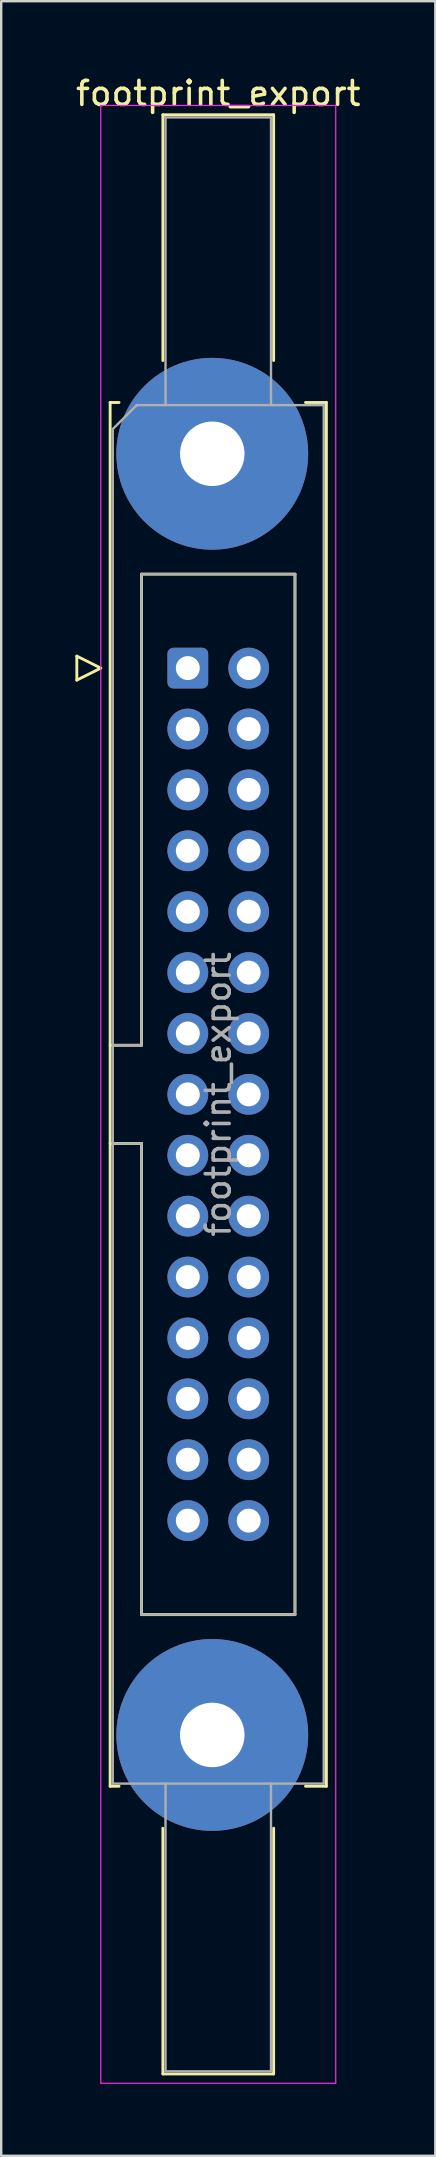
<source format=kicad_pcb>
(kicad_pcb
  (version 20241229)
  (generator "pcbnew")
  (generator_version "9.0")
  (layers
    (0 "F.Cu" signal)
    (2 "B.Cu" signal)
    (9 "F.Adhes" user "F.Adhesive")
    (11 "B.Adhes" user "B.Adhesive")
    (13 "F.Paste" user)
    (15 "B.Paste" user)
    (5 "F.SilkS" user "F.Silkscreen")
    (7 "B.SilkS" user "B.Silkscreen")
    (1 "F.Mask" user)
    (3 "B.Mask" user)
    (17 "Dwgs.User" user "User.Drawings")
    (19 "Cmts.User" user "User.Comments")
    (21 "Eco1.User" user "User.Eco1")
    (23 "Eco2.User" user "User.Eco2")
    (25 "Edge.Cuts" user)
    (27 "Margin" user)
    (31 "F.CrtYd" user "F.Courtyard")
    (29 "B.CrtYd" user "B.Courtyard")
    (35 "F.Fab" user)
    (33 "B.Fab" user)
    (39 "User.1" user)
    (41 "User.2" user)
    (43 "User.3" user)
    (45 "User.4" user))
  (footprint "footprint_export"
    (layer "F.Cu")
    (at 4.784 24.818)
    (property "Reference" "footprint_export" (at 1.27 -23.97 0) (layer "F.SilkS") (effects (font (size 1 1) (thickness 0.15))))
    (attr through_hole)
    (fp_line (start -4.63 -0.5) (end -4.63 0.5) (stroke (width 0.12) (type solid)) (layer "F.SilkS"))
    (fp_line (start -4.63 0.5) (end -3.63 0) (stroke (width 0.12) (type solid)) (layer "F.SilkS"))
    (fp_line (start -3.63 0) (end -4.63 -0.5) (stroke (width 0.12) (type solid)) (layer "F.SilkS"))
    (fp_line (start -3.24 -11.08) (end -3.24 46.64) (stroke (width 0.12) (type solid)) (layer "F.SilkS"))
    (fp_line (start -3.24 15.73) (end -1.93 15.73) (stroke (width 0.12) (type solid)) (layer "F.SilkS"))
    (fp_line (start -3.24 46.64) (end -2.87 46.64) (stroke (width 0.12) (type solid)) (layer "F.SilkS"))
    (fp_line (start -2.87 -11.08) (end -3.24 -11.08) (stroke (width 0.12) (type solid)) (layer "F.SilkS"))
    (fp_line (start -1.93 -3.92) (end 4.47 -3.92) (stroke (width 0.12) (type solid)) (layer "F.SilkS"))
    (fp_line (start -1.93 15.73) (end -1.93 -3.92) (stroke (width 0.12) (type solid)) (layer "F.SilkS"))
    (fp_line (start -1.93 19.83) (end -3.24 19.83) (stroke (width 0.12) (type solid)) (layer "F.SilkS"))
    (fp_line (start -1.93 19.83) (end -1.93 19.83) (stroke (width 0.12) (type solid)) (layer "F.SilkS"))
    (fp_line (start -1.93 39.48) (end -1.93 19.83) (stroke (width 0.12) (type solid)) (layer "F.SilkS"))
    (fp_line (start -1.04 -23.08) (end 3.58 -23.08) (stroke (width 0.12) (type solid)) (layer "F.SilkS"))
    (fp_line (start -1.04 -12.83) (end -1.04 -23.08) (stroke (width 0.12) (type solid)) (layer "F.SilkS"))
    (fp_line (start -1.04 48.39) (end -1.04 58.64) (stroke (width 0.12) (type solid)) (layer "F.SilkS"))
    (fp_line (start -1.04 58.64) (end 3.58 58.64) (stroke (width 0.12) (type solid)) (layer "F.SilkS"))
    (fp_line (start 3.58 -23.08) (end 3.58 -12.83) (stroke (width 0.12) (type solid)) (layer "F.SilkS"))
    (fp_line (start 3.58 58.64) (end 3.58 48.39) (stroke (width 0.12) (type solid)) (layer "F.SilkS"))
    (fp_line (start 4.47 -3.92) (end 4.47 39.48) (stroke (width 0.12) (type solid)) (layer "F.SilkS"))
    (fp_line (start 4.47 39.48) (end -1.93 39.48) (stroke (width 0.12) (type solid)) (layer "F.SilkS"))
    (fp_line (start 4.91 -11.08) (end 5.78 -11.08) (stroke (width 0.12) (type solid)) (layer "F.SilkS"))
    (fp_line (start 5.78 -11.08) (end 5.78 46.64) (stroke (width 0.12) (type solid)) (layer "F.SilkS"))
    (fp_line (start 5.78 46.64) (end 4.91 46.64) (stroke (width 0.12) (type solid)) (layer "F.SilkS"))
    (fp_line (start -3.63 -23.47) (end -3.63 59.03) (stroke (width 0.05) (type solid)) (layer "F.CrtYd"))
    (fp_line (start -3.63 59.03) (end 6.17 59.03) (stroke (width 0.05) (type solid)) (layer "F.CrtYd"))
    (fp_line (start 6.17 -23.47) (end -3.63 -23.47) (stroke (width 0.05) (type solid)) (layer "F.CrtYd"))
    (fp_line (start 6.17 59.03) (end 6.17 -23.47) (stroke (width 0.05) (type solid)) (layer "F.CrtYd"))
    (fp_line (start -3.13 -9.97) (end -2.13 -10.97) (stroke (width 0.1) (type solid)) (layer "F.Fab"))
    (fp_line (start -3.13 15.73) (end -1.93 15.73) (stroke (width 0.1) (type solid)) (layer "F.Fab"))
    (fp_line (start -3.13 46.53) (end -3.13 -9.97) (stroke (width 0.1) (type solid)) (layer "F.Fab"))
    (fp_line (start -2.13 -10.97) (end 5.67 -10.97) (stroke (width 0.1) (type solid)) (layer "F.Fab"))
    (fp_line (start -1.93 -3.92) (end 4.47 -3.92) (stroke (width 0.1) (type solid)) (layer "F.Fab"))
    (fp_line (start -1.93 15.73) (end -1.93 -3.92) (stroke (width 0.1) (type solid)) (layer "F.Fab"))
    (fp_line (start -1.93 19.83) (end -3.13 19.83) (stroke (width 0.1) (type solid)) (layer "F.Fab"))
    (fp_line (start -1.93 19.83) (end -1.93 19.83) (stroke (width 0.1) (type solid)) (layer "F.Fab"))
    (fp_line (start -1.93 39.48) (end -1.93 19.83) (stroke (width 0.1) (type solid)) (layer "F.Fab"))
    (fp_line (start -0.93 -22.97) (end 3.47 -22.97) (stroke (width 0.1) (type solid)) (layer "F.Fab"))
    (fp_line (start -0.93 -10.97) (end -0.93 -22.97) (stroke (width 0.1) (type solid)) (layer "F.Fab"))
    (fp_line (start -0.93 46.53) (end -0.93 58.53) (stroke (width 0.1) (type solid)) (layer "F.Fab"))
    (fp_line (start -0.93 58.53) (end 3.47 58.53) (stroke (width 0.1) (type solid)) (layer "F.Fab"))
    (fp_line (start 3.47 -22.97) (end 3.47 -10.97) (stroke (width 0.1) (type solid)) (layer "F.Fab"))
    (fp_line (start 3.47 58.53) (end 3.47 46.53) (stroke (width 0.1) (type solid)) (layer "F.Fab"))
    (fp_line (start 4.47 -3.92) (end 4.47 39.48) (stroke (width 0.1) (type solid)) (layer "F.Fab"))
    (fp_line (start 4.47 39.48) (end -1.93 39.48) (stroke (width 0.1) (type solid)) (layer "F.Fab"))
    (fp_line (start 5.67 -10.97) (end 5.67 46.53) (stroke (width 0.1) (type solid)) (layer "F.Fab"))
    (fp_line (start 5.67 46.53) (end -3.13 46.53) (stroke (width 0.1) (type solid)) (layer "F.Fab"))
    (fp_text user "${REFERENCE}" (at 1.27 17.78 90) (layer "F.Fab") (effects (font (size 1 1) (thickness 0.15))))
    (pad "1" thru_hole roundrect (at 0 0) (size 1.7 1.7) (drill 1) (layers "*.Cu" "*.Mask") (roundrect_rratio 0.147))
    (pad "2" thru_hole circle (at 2.54 0) (size 1.7 1.7) (drill 1) (layers "*.Cu" "*.Mask"))
    (pad "3" thru_hole circle (at 0 2.54) (size 1.7 1.7) (drill 1) (layers "*.Cu" "*.Mask"))
    (pad "4" thru_hole circle (at 2.54 2.54) (size 1.7 1.7) (drill 1) (layers "*.Cu" "*.Mask"))
    (pad "5" thru_hole circle (at 0 5.08) (size 1.7 1.7) (drill 1) (layers "*.Cu" "*.Mask"))
    (pad "6" thru_hole circle (at 2.54 5.08) (size 1.7 1.7) (drill 1) (layers "*.Cu" "*.Mask"))
    (pad "7" thru_hole circle (at 0 7.62) (size 1.7 1.7) (drill 1) (layers "*.Cu" "*.Mask"))
    (pad "8" thru_hole circle (at 2.54 7.62) (size 1.7 1.7) (drill 1) (layers "*.Cu" "*.Mask"))
    (pad "9" thru_hole circle (at 0 10.16) (size 1.7 1.7) (drill 1) (layers "*.Cu" "*.Mask"))
    (pad "10" thru_hole circle (at 2.54 10.16) (size 1.7 1.7) (drill 1) (layers "*.Cu" "*.Mask"))
    (pad "11" thru_hole circle (at 0 12.7) (size 1.7 1.7) (drill 1) (layers "*.Cu" "*.Mask"))
    (pad "12" thru_hole circle (at 2.54 12.7) (size 1.7 1.7) (drill 1) (layers "*.Cu" "*.Mask"))
    (pad "13" thru_hole circle (at 0 15.24) (size 1.7 1.7) (drill 1) (layers "*.Cu" "*.Mask"))
    (pad "14" thru_hole circle (at 2.54 15.24) (size 1.7 1.7) (drill 1) (layers "*.Cu" "*.Mask"))
    (pad "15" thru_hole circle (at 0 17.78) (size 1.7 1.7) (drill 1) (layers "*.Cu" "*.Mask"))
    (pad "16" thru_hole circle (at 2.54 17.78) (size 1.7 1.7) (drill 1) (layers "*.Cu" "*.Mask"))
    (pad "17" thru_hole circle (at 0 20.32) (size 1.7 1.7) (drill 1) (layers "*.Cu" "*.Mask"))
    (pad "18" thru_hole circle (at 2.54 20.32) (size 1.7 1.7) (drill 1) (layers "*.Cu" "*.Mask"))
    (pad "19" thru_hole circle (at 0 22.86) (size 1.7 1.7) (drill 1) (layers "*.Cu" "*.Mask"))
    (pad "20" thru_hole circle (at 2.54 22.86) (size 1.7 1.7) (drill 1) (layers "*.Cu" "*.Mask"))
    (pad "21" thru_hole circle (at 0 25.4) (size 1.7 1.7) (drill 1) (layers "*.Cu" "*.Mask"))
    (pad "22" thru_hole circle (at 2.54 25.4) (size 1.7 1.7) (drill 1) (layers "*.Cu" "*.Mask"))
    (pad "23" thru_hole circle (at 0 27.94) (size 1.7 1.7) (drill 1) (layers "*.Cu" "*.Mask"))
    (pad "24" thru_hole circle (at 2.54 27.94) (size 1.7 1.7) (drill 1) (layers "*.Cu" "*.Mask"))
    (pad "25" thru_hole circle (at 0 30.48) (size 1.7 1.7) (drill 1) (layers "*.Cu" "*.Mask"))
    (pad "26" thru_hole circle (at 2.54 30.48) (size 1.7 1.7) (drill 1) (layers "*.Cu" "*.Mask"))
    (pad "27" thru_hole circle (at 0 33.02) (size 1.7 1.7) (drill 1) (layers "*.Cu" "*.Mask"))
    (pad "28" thru_hole circle (at 2.54 33.02) (size 1.7 1.7) (drill 1) (layers "*.Cu" "*.Mask"))
    (pad "29" thru_hole circle (at 0 35.56) (size 1.7 1.7) (drill 1) (layers "*.Cu" "*.Mask"))
    (pad "30" thru_hole circle (at 2.54 35.56) (size 1.7 1.7) (drill 1) (layers "*.Cu" "*.Mask"))
    (pad "MP" thru_hole circle (at 1.02 -8.94) (size 8 8) (drill 2.69) (layers "*.Cu" "*.Mask"))
    (pad "MP" thru_hole circle (at 1.02 44.5) (size 8 8) (drill 2.69) (layers "*.Cu" "*.Mask")))
  (gr_rect
    (start -3 -3)
    (end 15.107 86.873)
    (stroke (width 0.1) (type default))
    (fill no)
    (layer "Edge.Cuts")))
</source>
